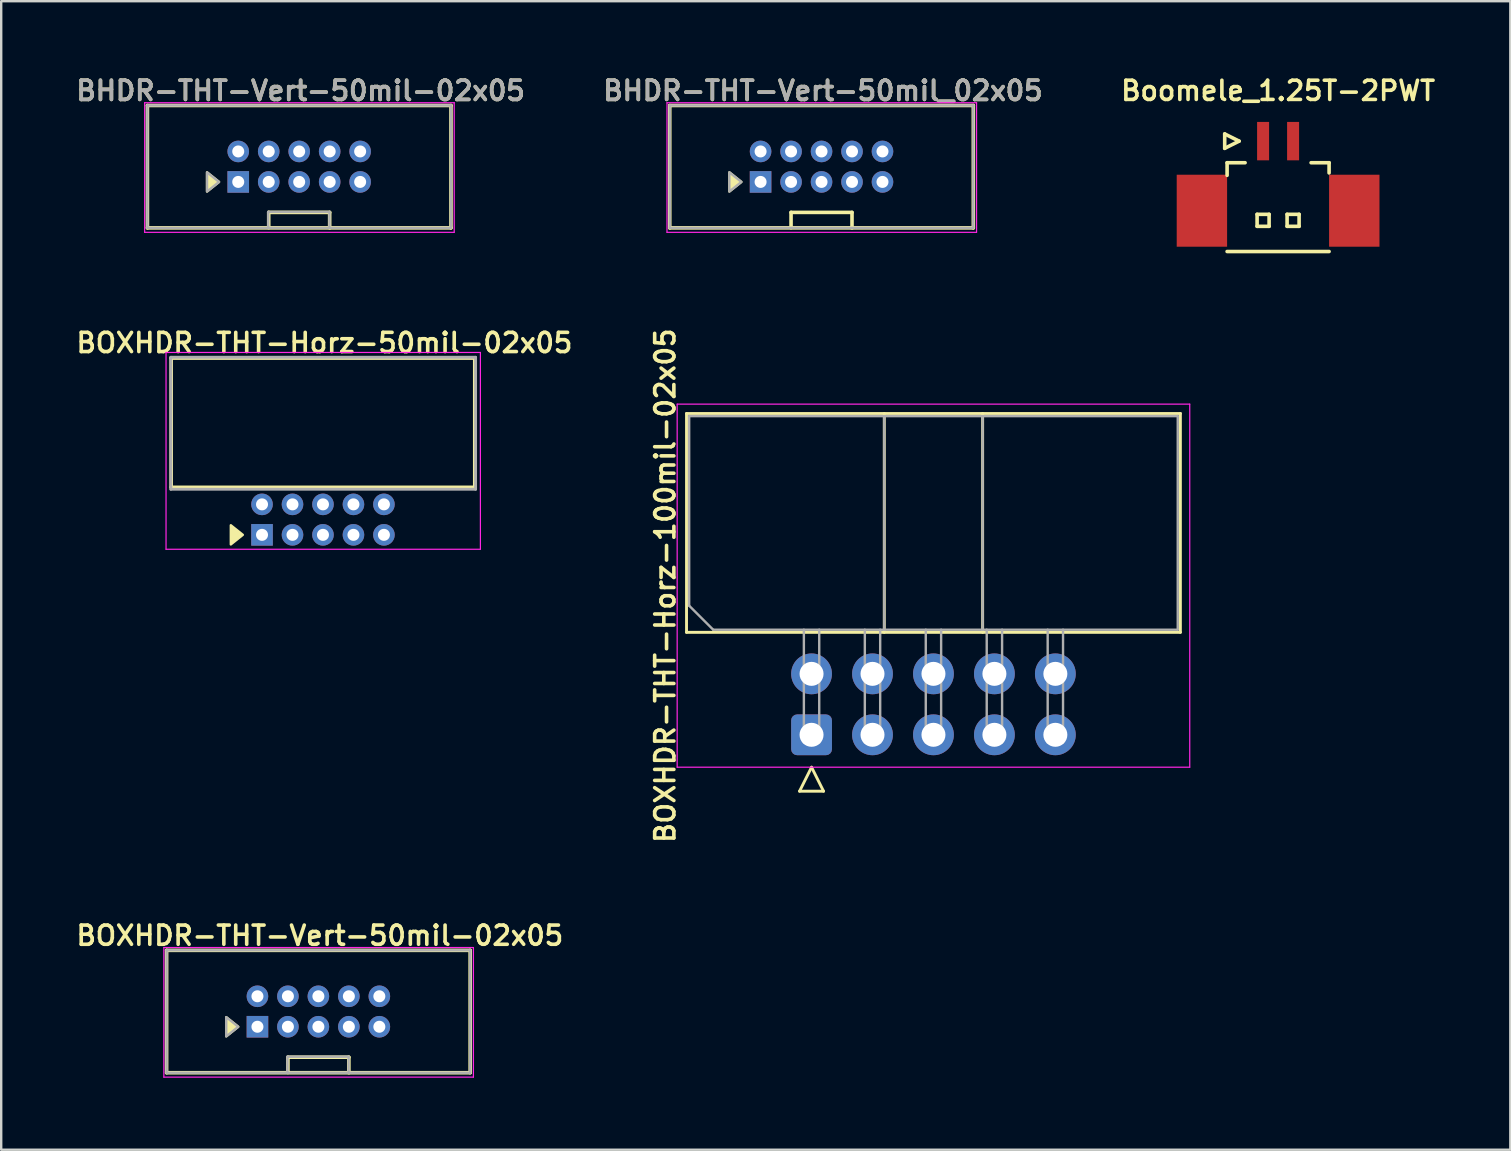
<source format=kicad_pcb>
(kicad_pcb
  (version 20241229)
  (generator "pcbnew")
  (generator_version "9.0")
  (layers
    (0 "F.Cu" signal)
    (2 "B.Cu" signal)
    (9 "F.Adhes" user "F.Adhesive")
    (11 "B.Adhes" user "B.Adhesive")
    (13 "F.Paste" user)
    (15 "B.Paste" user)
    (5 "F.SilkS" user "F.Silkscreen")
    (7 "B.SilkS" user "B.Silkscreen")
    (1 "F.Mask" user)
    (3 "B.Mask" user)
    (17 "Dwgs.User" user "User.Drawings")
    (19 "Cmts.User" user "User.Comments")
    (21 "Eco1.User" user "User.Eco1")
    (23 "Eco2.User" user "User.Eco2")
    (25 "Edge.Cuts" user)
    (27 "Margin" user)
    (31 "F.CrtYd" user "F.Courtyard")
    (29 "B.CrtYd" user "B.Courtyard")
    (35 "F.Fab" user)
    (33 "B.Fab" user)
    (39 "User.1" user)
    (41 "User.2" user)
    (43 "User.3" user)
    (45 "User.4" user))
  (footprint "BOXHDR-THT-Horz-50mil-02x05"
    (layer "F.Cu")
    (at 7.869 19.238)
    (property "Reference" "BOXHDR-THT-Horz-50mil-02x05" (at 2.6 -8 0) (layer "F.SilkS") (effects (font (size 0.8 0.8) (thickness 0.15))))
    (attr through_hole)
    (fp_line (start -3.785 -7.366) (end -3.785 -1.981) (stroke (width 0.15) (type solid)) (layer "F.SilkS"))
    (fp_line (start -3.785 -7.366) (end 8.865 -7.366) (stroke (width 0.15) (type solid)) (layer "F.SilkS"))
    (fp_line (start -3.785 -1.981) (end 8.865 -1.981) (stroke (width 0.15) (type solid)) (layer "F.SilkS"))
    (fp_line (start 8.865 -7.366) (end 8.865 -1.981) (stroke (width 0.15) (type solid)) (layer "F.SilkS"))
    (fp_poly (pts (xy -0.8 0) (xy -1.3 -0.4) (xy -1.3 0.4)) (stroke (width 0.1) (type solid)) (fill yes) (layer "F.SilkS"))
    (fp_line (start -4 -7.6) (end 9.1 -7.6) (stroke (width 0.05) (type solid)) (layer "F.CrtYd"))
    (fp_line (start -4 0.6) (end -4 -7.6) (stroke (width 0.05) (type solid)) (layer "F.CrtYd"))
    (fp_line (start 9.1 -7.6) (end 9.1 0.6) (stroke (width 0.05) (type solid)) (layer "F.CrtYd"))
    (fp_line (start 9.1 0.6) (end -4 0.6) (stroke (width 0.05) (type solid)) (layer "F.CrtYd"))
    (fp_line (start -3.8 -7.4) (end 8.9 -7.4) (stroke (width 0.12) (type solid)) (layer "F.Fab"))
    (fp_line (start -3.8 -1.9) (end -3.8 -7.4) (stroke (width 0.12) (type solid)) (layer "F.Fab"))
    (fp_line (start 8.9 -7.4) (end 8.9 -1.9) (stroke (width 0.12) (type solid)) (layer "F.Fab"))
    (fp_line (start 8.9 -1.9) (end -3.8 -1.9) (stroke (width 0.12) (type solid)) (layer "F.Fab"))
    (pad "1" thru_hole rect (at 0 0) (size 0.9 0.9) (drill 0.5) (layers "*.Cu" "*.Mask"))
    (pad "2" thru_hole oval (at 0 -1.27) (size 0.9 0.9) (drill 0.5) (layers "*.Cu" "*.Mask"))
    (pad "3" thru_hole oval (at 1.27 0) (size 0.9 0.9) (drill 0.5) (layers "*.Cu" "*.Mask"))
    (pad "4" thru_hole oval (at 1.27 -1.27) (size 0.9 0.9) (drill 0.5) (layers "*.Cu" "*.Mask"))
    (pad "5" thru_hole oval (at 2.54 0) (size 0.9 0.9) (drill 0.5) (layers "*.Cu" "*.Mask"))
    (pad "6" thru_hole oval (at 2.54 -1.27) (size 0.9 0.9) (drill 0.5) (layers "*.Cu" "*.Mask"))
    (pad "7" thru_hole oval (at 3.81 0) (size 0.9 0.9) (drill 0.5) (layers "*.Cu" "*.Mask"))
    (pad "8" thru_hole oval (at 3.81 -1.27) (size 0.9 0.9) (drill 0.5) (layers "*.Cu" "*.Mask"))
    (pad "9" thru_hole oval (at 5.08 0) (size 0.9 0.9) (drill 0.5) (layers "*.Cu" "*.Mask"))
    (pad "10" thru_hole oval (at 5.08 -1.27) (size 0.9 0.9) (drill 0.5) (layers "*.Cu" "*.Mask")))
  (footprint "BOXHDR-THT-Horz-100mil-02x05"
    (layer "F.Cu")
    (at 30.769 27.571)
    (property "Reference" "BOXHDR-THT-Horz-100mil-02x05" (at -6.1 -6.215 90) (layer "F.SilkS") (effects (font (size 0.8 0.8) (thickness 0.15))))
    (attr through_hole)
    (fp_line (start -5.21 -13.39) (end 15.37 -13.39) (stroke (width 0.12) (type solid)) (layer "F.SilkS"))
    (fp_line (start -5.21 -4.27) (end -5.21 -13.39) (stroke (width 0.12) (type solid)) (layer "F.SilkS"))
    (fp_line (start -0.5 2.35) (end 0.5 2.35) (stroke (width 0.12) (type solid)) (layer "F.SilkS"))
    (fp_line (start 0 1.35) (end -0.5 2.35) (stroke (width 0.12) (type solid)) (layer "F.SilkS"))
    (fp_line (start 0.5 2.35) (end 0 1.35) (stroke (width 0.12) (type solid)) (layer "F.SilkS"))
    (fp_line (start 3.03 -4.27) (end 3.03 -13.39) (stroke (width 0.12) (type solid)) (layer "F.SilkS"))
    (fp_line (start 7.13 -4.27) (end 7.13 -13.39) (stroke (width 0.12) (type solid)) (layer "F.SilkS"))
    (fp_line (start 15.37 -13.39) (end 15.37 -4.27) (stroke (width 0.12) (type solid)) (layer "F.SilkS"))
    (fp_line (start 15.37 -4.27) (end -5.21 -4.27) (stroke (width 0.12) (type solid)) (layer "F.SilkS"))
    (fp_line (start -5.6 -13.78) (end -5.6 1.35) (stroke (width 0.05) (type solid)) (layer "F.CrtYd"))
    (fp_line (start -5.6 1.35) (end 15.76 1.35) (stroke (width 0.05) (type solid)) (layer "F.CrtYd"))
    (fp_line (start 15.76 -13.78) (end -5.6 -13.78) (stroke (width 0.05) (type solid)) (layer "F.CrtYd"))
    (fp_line (start 15.76 1.35) (end 15.76 -13.78) (stroke (width 0.05) (type solid)) (layer "F.CrtYd"))
    (fp_line (start -5.1 -13.28) (end 15.26 -13.28) (stroke (width 0.1) (type solid)) (layer "F.Fab"))
    (fp_line (start -5.1 -5.38) (end -5.1 -13.28) (stroke (width 0.1) (type solid)) (layer "F.Fab"))
    (fp_line (start -4.1 -4.38) (end -5.1 -5.38) (stroke (width 0.1) (type solid)) (layer "F.Fab"))
    (fp_line (start -0.32 -4.38) (end -0.32 0.32) (stroke (width 0.1) (type solid)) (layer "F.Fab"))
    (fp_line (start -0.32 0.32) (end 0.32 0.32) (stroke (width 0.1) (type solid)) (layer "F.Fab"))
    (fp_line (start 0.32 0.32) (end 0.32 -4.38) (stroke (width 0.1) (type solid)) (layer "F.Fab"))
    (fp_line (start 2.22 -4.38) (end 2.22 0.32) (stroke (width 0.1) (type solid)) (layer "F.Fab"))
    (fp_line (start 2.22 0.32) (end 2.86 0.32) (stroke (width 0.1) (type solid)) (layer "F.Fab"))
    (fp_line (start 2.86 0.32) (end 2.86 -4.38) (stroke (width 0.1) (type solid)) (layer "F.Fab"))
    (fp_line (start 3.03 -4.38) (end 3.03 -13.28) (stroke (width 0.1) (type solid)) (layer "F.Fab"))
    (fp_line (start 4.76 -4.38) (end 4.76 0.32) (stroke (width 0.1) (type solid)) (layer "F.Fab"))
    (fp_line (start 4.76 0.32) (end 5.4 0.32) (stroke (width 0.1) (type solid)) (layer "F.Fab"))
    (fp_line (start 5.4 0.32) (end 5.4 -4.38) (stroke (width 0.1) (type solid)) (layer "F.Fab"))
    (fp_line (start 7.13 -4.38) (end 7.13 -13.28) (stroke (width 0.1) (type solid)) (layer "F.Fab"))
    (fp_line (start 7.3 -4.38) (end 7.3 0.32) (stroke (width 0.1) (type solid)) (layer "F.Fab"))
    (fp_line (start 7.3 0.32) (end 7.94 0.32) (stroke (width 0.1) (type solid)) (layer "F.Fab"))
    (fp_line (start 7.94 0.32) (end 7.94 -4.38) (stroke (width 0.1) (type solid)) (layer "F.Fab"))
    (fp_line (start 9.84 -4.38) (end 9.84 0.32) (stroke (width 0.1) (type solid)) (layer "F.Fab"))
    (fp_line (start 9.84 0.32) (end 10.48 0.32) (stroke (width 0.1) (type solid)) (layer "F.Fab"))
    (fp_line (start 10.48 0.32) (end 10.48 -4.38) (stroke (width 0.1) (type solid)) (layer "F.Fab"))
    (fp_line (start 15.26 -13.28) (end 15.26 -4.38) (stroke (width 0.1) (type solid)) (layer "F.Fab"))
    (fp_line (start 15.26 -4.38) (end -4.1 -4.38) (stroke (width 0.1) (type solid)) (layer "F.Fab"))
    (pad "1" thru_hole roundrect (at 0 0 90) (size 1.7 1.7) (drill 1) (layers "*.Cu" "*.Mask") (roundrect_rratio 0.147))
    (pad "2" thru_hole circle (at 0 -2.54 90) (size 1.7 1.7) (drill 1) (layers "*.Cu" "*.Mask"))
    (pad "3" thru_hole circle (at 2.54 0 90) (size 1.7 1.7) (drill 1) (layers "*.Cu" "*.Mask"))
    (pad "4" thru_hole circle (at 2.54 -2.54 90) (size 1.7 1.7) (drill 1) (layers "*.Cu" "*.Mask"))
    (pad "5" thru_hole circle (at 5.08 0 90) (size 1.7 1.7) (drill 1) (layers "*.Cu" "*.Mask"))
    (pad "6" thru_hole circle (at 5.08 -2.54 90) (size 1.7 1.7) (drill 1) (layers "*.Cu" "*.Mask"))
    (pad "7" thru_hole circle (at 7.62 0 90) (size 1.7 1.7) (drill 1) (layers "*.Cu" "*.Mask"))
    (pad "8" thru_hole circle (at 7.62 -2.54 90) (size 1.7 1.7) (drill 1) (layers "*.Cu" "*.Mask"))
    (pad "9" thru_hole circle (at 10.16 0 90) (size 1.7 1.7) (drill 1) (layers "*.Cu" "*.Mask"))
    (pad "10" thru_hole circle (at 10.16 -2.54 90) (size 1.7 1.7) (drill 1) (layers "*.Cu" "*.Mask")))
  (footprint "BHDR-THT-Vert-50mil-02x05"
    (layer "F.Cu")
    (at 6.878 4.531)
    (property "Reference" "BHDR-THT-Vert-50mil-02x05" (at 2.6 -3.8 0) (layer "F.SilkS") (effects (font (size 0.8 0.8) (thickness 0.15))))
    (attr through_hole)
    (fp_line (start -3.785 -3.185) (end 8.865 -3.185) (stroke (width 0.15) (type solid)) (layer "F.SilkS"))
    (fp_line (start -3.785 1.915) (end -3.785 -3.185) (stroke (width 0.15) (type solid)) (layer "F.SilkS"))
    (fp_line (start -3.785 1.915) (end 8.865 1.915) (stroke (width 0.15) (type solid)) (layer "F.SilkS"))
    (fp_line (start 1.27 1.27) (end 3.81 1.27) (stroke (width 0.15) (type solid)) (layer "F.SilkS"))
    (fp_line (start 1.27 1.905) (end 1.27 1.27) (stroke (width 0.15) (type solid)) (layer "F.SilkS"))
    (fp_line (start 3.81 1.915) (end 3.81 1.27) (stroke (width 0.15) (type solid)) (layer "F.SilkS"))
    (fp_line (start 8.865 1.915) (end 8.865 -3.185) (stroke (width 0.15) (type solid)) (layer "F.SilkS"))
    (fp_poly (pts (xy -0.8 0) (xy -1.3 -0.4) (xy -1.3 0.4)) (stroke (width 0.1) (type solid)) (fill yes) (layer "F.SilkS"))
    (fp_line (start -3.9 -3.3) (end 9 -3.3) (stroke (width 0.05) (type solid)) (layer "F.CrtYd"))
    (fp_line (start -3.9 2.1) (end -3.9 -3.3) (stroke (width 0.05) (type solid)) (layer "F.CrtYd"))
    (fp_line (start 9 -3.3) (end 9 2.1) (stroke (width 0.05) (type solid)) (layer "F.CrtYd"))
    (fp_line (start 9 2.1) (end -3.9 2.1) (stroke (width 0.05) (type solid)) (layer "F.CrtYd"))
    (fp_line (start -3.785 -3.185) (end 8.865 -3.185) (stroke (width 0.1) (type solid)) (layer "F.Fab"))
    (fp_line (start -3.785 1.915) (end -3.785 -3.185) (stroke (width 0.1) (type solid)) (layer "F.Fab"))
    (fp_line (start -3.785 1.915) (end 8.865 1.915) (stroke (width 0.1) (type solid)) (layer "F.Fab"))
    (fp_line (start 1.25 1.25) (end 3.8 1.25) (stroke (width 0.1) (type solid)) (layer "F.Fab"))
    (fp_line (start 1.25 1.9) (end 1.25 1.25) (stroke (width 0.1) (type solid)) (layer "F.Fab"))
    (fp_line (start 3.8 1.25) (end 3.8 1.9) (stroke (width 0.1) (type solid)) (layer "F.Fab"))
    (fp_line (start 8.865 1.915) (end 8.865 -3.185) (stroke (width 0.1) (type solid)) (layer "F.Fab"))
    (fp_poly (pts (xy -0.8 0) (xy -1.3 -0.4) (xy -1.3 0.4)) (stroke (width 0.1) (type solid)) (fill no) (layer "F.Fab"))
    (fp_text user "${REFERENCE}" (at 2.6 -3.8 0) (layer "F.Fab") (effects (font (size 0.8 0.8) (thickness 0.15))))
    (pad "1" thru_hole rect (at 0 0) (size 0.9 0.9) (drill 0.5) (layers "*.Cu" "*.Mask"))
    (pad "2" thru_hole oval (at 0 -1.27) (size 0.9 0.9) (drill 0.5) (layers "*.Cu" "*.Mask"))
    (pad "3" thru_hole oval (at 1.27 0) (size 0.9 0.9) (drill 0.5) (layers "*.Cu" "*.Mask"))
    (pad "4" thru_hole oval (at 1.27 -1.27) (size 0.9 0.9) (drill 0.5) (layers "*.Cu" "*.Mask"))
    (pad "5" thru_hole oval (at 2.54 0) (size 0.9 0.9) (drill 0.5) (layers "*.Cu" "*.Mask"))
    (pad "6" thru_hole oval (at 2.54 -1.27) (size 0.9 0.9) (drill 0.5) (layers "*.Cu" "*.Mask"))
    (pad "7" thru_hole oval (at 3.81 0) (size 0.9 0.9) (drill 0.5) (layers "*.Cu" "*.Mask"))
    (pad "8" thru_hole oval (at 3.81 -1.27) (size 0.9 0.9) (drill 0.5) (layers "*.Cu" "*.Mask"))
    (pad "9" thru_hole oval (at 5.08 0) (size 0.9 0.9) (drill 0.5) (layers "*.Cu" "*.Mask"))
    (pad "10" thru_hole oval (at 5.08 -1.27) (size 0.9 0.9) (drill 0.5) (layers "*.Cu" "*.Mask")))
  (footprint "BOXHDR-THT-Vert-50mil-02x05"
    (layer "F.Cu")
    (at 7.678 39.737)
    (property "Reference" "BOXHDR-THT-Vert-50mil-02x05" (at 2.6 -3.8 0) (layer "F.SilkS") (effects (font (size 0.8 0.8) (thickness 0.15))))
    (attr through_hole)
    (fp_line (start -3.785 -3.185) (end 8.865 -3.185) (stroke (width 0.15) (type solid)) (layer "F.SilkS"))
    (fp_line (start -3.785 1.915) (end -3.785 -3.185) (stroke (width 0.15) (type solid)) (layer "F.SilkS"))
    (fp_line (start -3.785 1.915) (end 8.865 1.915) (stroke (width 0.15) (type solid)) (layer "F.SilkS"))
    (fp_line (start 1.27 1.27) (end 3.81 1.27) (stroke (width 0.15) (type solid)) (layer "F.SilkS"))
    (fp_line (start 1.27 1.905) (end 1.27 1.27) (stroke (width 0.15) (type solid)) (layer "F.SilkS"))
    (fp_line (start 3.81 1.915) (end 3.81 1.27) (stroke (width 0.15) (type solid)) (layer "F.SilkS"))
    (fp_line (start 8.865 1.915) (end 8.865 -3.185) (stroke (width 0.15) (type solid)) (layer "F.SilkS"))
    (fp_poly (pts (xy -0.8 0) (xy -1.3 -0.4) (xy -1.3 0.4)) (stroke (width 0.1) (type solid)) (fill yes) (layer "F.SilkS"))
    (fp_line (start -3.9 -3.3) (end 9 -3.3) (stroke (width 0.05) (type solid)) (layer "F.CrtYd"))
    (fp_line (start -3.9 2.1) (end -3.9 -3.3) (stroke (width 0.05) (type solid)) (layer "F.CrtYd"))
    (fp_line (start 9 -3.3) (end 9 2.1) (stroke (width 0.05) (type solid)) (layer "F.CrtYd"))
    (fp_line (start 9 2.1) (end -3.9 2.1) (stroke (width 0.05) (type solid)) (layer "F.CrtYd"))
    (fp_line (start -3.785 -3.185) (end 8.865 -3.185) (stroke (width 0.1) (type solid)) (layer "F.Fab"))
    (fp_line (start -3.785 1.915) (end -3.785 -3.185) (stroke (width 0.1) (type solid)) (layer "F.Fab"))
    (fp_line (start -3.785 1.915) (end 8.865 1.915) (stroke (width 0.1) (type solid)) (layer "F.Fab"))
    (fp_line (start 1.25 1.25) (end 3.8 1.25) (stroke (width 0.1) (type solid)) (layer "F.Fab"))
    (fp_line (start 1.25 1.9) (end 1.25 1.25) (stroke (width 0.1) (type solid)) (layer "F.Fab"))
    (fp_line (start 3.8 1.25) (end 3.8 1.9) (stroke (width 0.1) (type solid)) (layer "F.Fab"))
    (fp_line (start 8.865 1.915) (end 8.865 -3.185) (stroke (width 0.1) (type solid)) (layer "F.Fab"))
    (fp_poly (pts (xy -0.8 0) (xy -1.3 -0.4) (xy -1.3 0.4)) (stroke (width 0.1) (type solid)) (fill no) (layer "F.Fab"))
    (pad "1" thru_hole rect (at 0 0) (size 0.9 0.9) (drill 0.5) (layers "*.Cu" "*.Mask"))
    (pad "2" thru_hole oval (at 0 -1.27) (size 0.9 0.9) (drill 0.5) (layers "*.Cu" "*.Mask"))
    (pad "3" thru_hole oval (at 1.27 0) (size 0.9 0.9) (drill 0.5) (layers "*.Cu" "*.Mask"))
    (pad "4" thru_hole oval (at 1.27 -1.27) (size 0.9 0.9) (drill 0.5) (layers "*.Cu" "*.Mask"))
    (pad "5" thru_hole oval (at 2.54 0) (size 0.9 0.9) (drill 0.5) (layers "*.Cu" "*.Mask"))
    (pad "6" thru_hole oval (at 2.54 -1.27) (size 0.9 0.9) (drill 0.5) (layers "*.Cu" "*.Mask"))
    (pad "7" thru_hole oval (at 3.81 0) (size 0.9 0.9) (drill 0.5) (layers "*.Cu" "*.Mask"))
    (pad "8" thru_hole oval (at 3.81 -1.27) (size 0.9 0.9) (drill 0.5) (layers "*.Cu" "*.Mask"))
    (pad "9" thru_hole oval (at 5.08 0) (size 0.9 0.9) (drill 0.5) (layers "*.Cu" "*.Mask"))
    (pad "10" thru_hole oval (at 5.08 -1.27) (size 0.9 0.9) (drill 0.5) (layers "*.Cu" "*.Mask")))
  (footprint "Boomele_1.25T-2PWT"
    (layer "F.Cu")
    (at 50.211 4.231)
    (property "Reference" "Boomele_1.25T-2PWT" (at 0 -3.5 0) (layer "F.SilkS") (effects (font (size 0.8 0.8) (thickness 0.15))))
    (attr smd)
    (fp_line (start -2.225 -1.7) (end -2.225 -1.1) (stroke (width 0.15) (type solid)) (layer "F.SilkS"))
    (fp_line (start -2.225 -1.1) (end -1.625 -1.4) (stroke (width 0.15) (type solid)) (layer "F.SilkS"))
    (fp_line (start -2.125 0.025) (end -2.125 -0.5) (stroke (width 0.15) (type solid)) (layer "F.SilkS"))
    (fp_line (start -1.625 -1.4) (end -2.225 -1.7) (stroke (width 0.15) (type solid)) (layer "F.SilkS"))
    (fp_line (start -1.375 -0.5) (end -2.125 -0.5) (stroke (width 0.15) (type solid)) (layer "F.SilkS"))
    (fp_line (start -0.875 1.65) (end -0.875 2.15) (stroke (width 0.15) (type solid)) (layer "F.SilkS"))
    (fp_line (start -0.875 2.15) (end -0.375 2.15) (stroke (width 0.15) (type solid)) (layer "F.SilkS"))
    (fp_line (start -0.375 1.65) (end -0.875 1.65) (stroke (width 0.15) (type solid)) (layer "F.SilkS"))
    (fp_line (start -0.375 2.15) (end -0.375 1.65) (stroke (width 0.15) (type solid)) (layer "F.SilkS"))
    (fp_line (start 0.375 1.65) (end 0.375 2.15) (stroke (width 0.15) (type solid)) (layer "F.SilkS"))
    (fp_line (start 0.375 2.15) (end 0.875 2.15) (stroke (width 0.15) (type solid)) (layer "F.SilkS"))
    (fp_line (start 0.875 1.65) (end 0.375 1.65) (stroke (width 0.15) (type solid)) (layer "F.SilkS"))
    (fp_line (start 0.875 2.15) (end 0.875 1.65) (stroke (width 0.15) (type solid)) (layer "F.SilkS"))
    (fp_line (start 1.375 -0.5) (end 2.125 -0.5) (stroke (width 0.15) (type solid)) (layer "F.SilkS"))
    (fp_line (start 2.125 -0.075) (end 2.125 -0.5) (stroke (width 0.15) (type solid)) (layer "F.SilkS"))
    (fp_line (start 2.125 3.2) (end -2.125 3.2) (stroke (width 0.15) (type solid)) (layer "F.SilkS"))
    (pad "1" smd rect (at -0.625 -1.4) (size 0.5 1.6) (layers "F.Cu" "F.Mask" "F.Paste"))
    (pad "2" smd rect (at 0.625 -1.4) (size 0.5 1.6) (layers "F.Cu" "F.Mask" "F.Paste"))
    (pad "MP" smd rect (at -3.175 1.5) (size 2.1 3) (layers "F.Cu" "F.Mask" "F.Paste"))
    (pad "MP" smd rect (at 3.175 1.5) (size 2.1 3) (layers "F.Cu" "F.Mask" "F.Paste")))
  (footprint "BHDR-THT-Vert-50mil_02x05"
    (layer "F.Cu")
    (at 28.645 4.531)
    (property "Reference" "BHDR-THT-Vert-50mil_02x05" (at 2.6 -3.8 0) (layer "F.SilkS") (effects (font (size 0.8 0.8) (thickness 0.15))))
    (attr through_hole)
    (fp_line (start -3.785 -3.185) (end 8.865 -3.185) (stroke (width 0.15) (type solid)) (layer "F.SilkS"))
    (fp_line (start -3.785 1.915) (end -3.785 -3.185) (stroke (width 0.15) (type solid)) (layer "F.SilkS"))
    (fp_line (start -3.785 1.915) (end 8.865 1.915) (stroke (width 0.15) (type solid)) (layer "F.SilkS"))
    (fp_line (start 1.27 1.27) (end 3.81 1.27) (stroke (width 0.15) (type solid)) (layer "F.SilkS"))
    (fp_line (start 1.27 1.905) (end 1.27 1.27) (stroke (width 0.15) (type solid)) (layer "F.SilkS"))
    (fp_line (start 3.81 1.915) (end 3.81 1.27) (stroke (width 0.15) (type solid)) (layer "F.SilkS"))
    (fp_line (start 8.865 1.915) (end 8.865 -3.185) (stroke (width 0.15) (type solid)) (layer "F.SilkS"))
    (fp_poly (pts (xy -0.8 0) (xy -1.3 -0.4) (xy -1.3 0.4)) (stroke (width 0.1) (type solid)) (fill yes) (layer "F.SilkS"))
    (fp_line (start -3.9 -3.3) (end 9 -3.3) (stroke (width 0.05) (type solid)) (layer "F.CrtYd"))
    (fp_line (start -3.9 2.1) (end -3.9 -3.3) (stroke (width 0.05) (type solid)) (layer "F.CrtYd"))
    (fp_line (start 9 -3.3) (end 9 2.1) (stroke (width 0.05) (type solid)) (layer "F.CrtYd"))
    (fp_line (start 9 2.1) (end -3.9 2.1) (stroke (width 0.05) (type solid)) (layer "F.CrtYd"))
    (fp_line (start -3.785 -3.185) (end 8.865 -3.185) (stroke (width 0.1) (type solid)) (layer "F.Fab"))
    (fp_line (start -3.785 1.915) (end -3.785 -3.185) (stroke (width 0.1) (type solid)) (layer "F.Fab"))
    (fp_line (start -3.785 1.915) (end 8.865 1.915) (stroke (width 0.1) (type solid)) (layer "F.Fab"))
    (fp_line (start 8.865 1.915) (end 8.865 -3.185) (stroke (width 0.1) (type solid)) (layer "F.Fab"))
    (fp_poly (pts (xy -0.8 0) (xy -1.3 -0.4) (xy -1.3 0.4)) (stroke (width 0.1) (type solid)) (fill no) (layer "F.Fab"))
    (fp_text user "${REFERENCE}" (at 2.6 -3.8 0) (layer "F.Fab") (effects (font (size 0.8 0.8) (thickness 0.15))))
    (pad "1" thru_hole rect (at 0 0) (size 0.9 0.9) (drill 0.5) (layers "*.Cu" "*.Mask"))
    (pad "2" thru_hole oval (at 0 -1.27) (size 0.9 0.9) (drill 0.5) (layers "*.Cu" "*.Mask"))
    (pad "3" thru_hole oval (at 1.27 0) (size 0.9 0.9) (drill 0.5) (layers "*.Cu" "*.Mask"))
    (pad "4" thru_hole oval (at 1.27 -1.27) (size 0.9 0.9) (drill 0.5) (layers "*.Cu" "*.Mask"))
    (pad "5" thru_hole oval (at 2.54 0) (size 0.9 0.9) (drill 0.5) (layers "*.Cu" "*.Mask"))
    (pad "6" thru_hole oval (at 2.54 -1.27) (size 0.9 0.9) (drill 0.5) (layers "*.Cu" "*.Mask"))
    (pad "7" thru_hole oval (at 3.81 0) (size 0.9 0.9) (drill 0.5) (layers "*.Cu" "*.Mask"))
    (pad "8" thru_hole oval (at 3.81 -1.27) (size 0.9 0.9) (drill 0.5) (layers "*.Cu" "*.Mask"))
    (pad "9" thru_hole oval (at 5.08 0) (size 0.9 0.9) (drill 0.5) (layers "*.Cu" "*.Mask"))
    (pad "10" thru_hole oval (at 5.08 -1.27) (size 0.9 0.9) (drill 0.5) (layers "*.Cu" "*.Mask")))
  (gr_rect
    (start -3 -3)
    (end 59.889 44.862)
    (stroke (width 0.1) (type default))
    (fill no)
    (layer "Edge.Cuts")))
</source>
